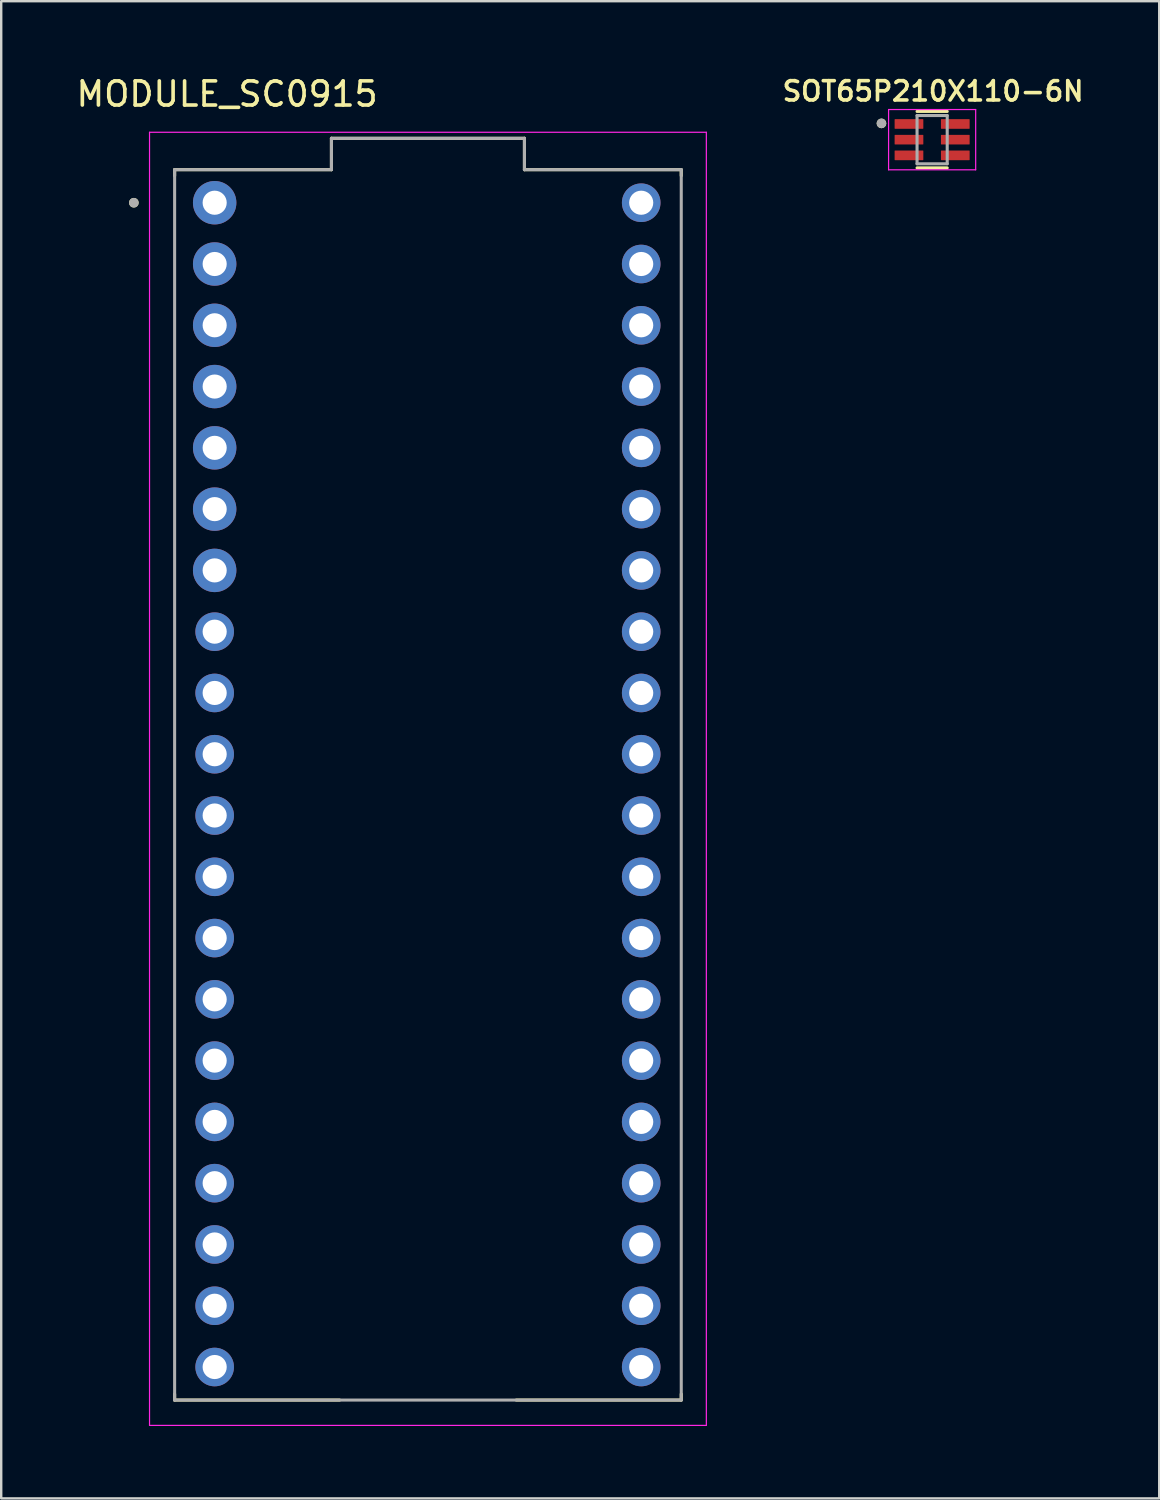
<source format=kicad_pcb>
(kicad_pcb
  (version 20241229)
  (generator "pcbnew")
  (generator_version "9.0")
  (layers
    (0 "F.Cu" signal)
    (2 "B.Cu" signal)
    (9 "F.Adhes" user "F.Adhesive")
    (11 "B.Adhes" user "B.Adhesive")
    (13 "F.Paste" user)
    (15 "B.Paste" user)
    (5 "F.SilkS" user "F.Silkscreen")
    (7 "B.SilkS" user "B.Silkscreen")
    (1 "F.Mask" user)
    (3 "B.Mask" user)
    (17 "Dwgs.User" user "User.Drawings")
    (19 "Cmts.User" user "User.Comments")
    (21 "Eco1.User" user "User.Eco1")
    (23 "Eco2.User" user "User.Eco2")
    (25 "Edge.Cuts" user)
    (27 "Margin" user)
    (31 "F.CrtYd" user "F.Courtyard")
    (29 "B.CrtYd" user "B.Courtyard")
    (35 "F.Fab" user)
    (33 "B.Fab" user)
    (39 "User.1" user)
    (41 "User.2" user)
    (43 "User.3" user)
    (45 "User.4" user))
  (footprint "SOT65P210X110-6N"
    (layer "F.Cu")
    (at 35.587 2.739)
    (property "Reference" "SOT65P210X110-6N" (at 0.04 -2.008 0) (layer "F.SilkS") (effects (font (size 0.8 0.8) (thickness 0.15))))
    (attr through_hole)
    (fp_line (start -0.625 -1.17) (end 0.625 -1.17) (stroke (width 0.127) (type solid)) (layer "F.SilkS"))
    (fp_line (start -0.625 1.17) (end 0.625 1.17) (stroke (width 0.127) (type solid)) (layer "F.SilkS"))
    (fp_circle (center -2.1 -0.675) (end -2 -0.675) (stroke (width 0.2) (type solid)) (fill no) (layer "F.SilkS"))
    (fp_line (start -1.805 -1.25) (end -1.805 1.25) (stroke (width 0.05) (type solid)) (layer "F.CrtYd"))
    (fp_line (start -1.805 1.25) (end 1.805 1.25) (stroke (width 0.05) (type solid)) (layer "F.CrtYd"))
    (fp_line (start 1.805 -1.25) (end -1.805 -1.25) (stroke (width 0.05) (type solid)) (layer "F.CrtYd"))
    (fp_line (start 1.805 1.25) (end 1.805 -1.25) (stroke (width 0.05) (type solid)) (layer "F.CrtYd"))
    (fp_line (start -0.625 -1) (end -0.625 1) (stroke (width 0.127) (type solid)) (layer "F.Fab"))
    (fp_line (start -0.625 1) (end 0.625 1) (stroke (width 0.127) (type solid)) (layer "F.Fab"))
    (fp_line (start 0.625 -1) (end -0.625 -1) (stroke (width 0.127) (type solid)) (layer "F.Fab"))
    (fp_line (start 0.625 1) (end 0.625 -1) (stroke (width 0.127) (type solid)) (layer "F.Fab"))
    (fp_circle (center -2.1 -0.675) (end -2 -0.675) (stroke (width 0.2) (type solid)) (fill no) (layer "F.Fab"))
    (pad "1" smd roundrect (at -0.96 -0.65) (size 1.19 0.4) (layers "F.Cu" "F.Mask" "F.Paste") (roundrect_rratio 0.05))
    (pad "2" smd roundrect (at -0.96 0) (size 1.19 0.4) (layers "F.Cu" "F.Mask" "F.Paste") (roundrect_rratio 0.05))
    (pad "3" smd roundrect (at -0.96 0.65) (size 1.19 0.4) (layers "F.Cu" "F.Mask" "F.Paste") (roundrect_rratio 0.05))
    (pad "4" smd roundrect (at 0.96 0.65) (size 1.19 0.4) (layers "F.Cu" "F.Mask" "F.Paste") (roundrect_rratio 0.05))
    (pad "5" smd roundrect (at 0.96 0) (size 1.19 0.4) (layers "F.Cu" "F.Mask" "F.Paste") (roundrect_rratio 0.05))
    (pad "6" smd roundrect (at 0.96 -0.65) (size 1.19 0.4) (layers "F.Cu" "F.Mask" "F.Paste") (roundrect_rratio 0.05)))
  (footprint "MODULE_SC0915"
    (layer "F.Cu")
    (at 14.688 29.483)
    (property "Reference" "MODULE_SC0915" (at -8.325 -28.635 0) (layer "F.SilkS") (effects (font (size 1 1) (thickness 0.15))))
    (attr through_hole)
    (fp_line (start -10.5 -25.5) (end -4 -25.5) (stroke (width 0.127) (type solid)) (layer "F.SilkS"))
    (fp_line (start -10.5 -25.25) (end -10.5 -25.5) (stroke (width 0.127) (type solid)) (layer "F.SilkS"))
    (fp_line (start -10.5 25.5) (end -10.5 25.25) (stroke (width 0.127) (type solid)) (layer "F.SilkS"))
    (fp_line (start -4 -26.8) (end 4 -26.8) (stroke (width 0.127) (type solid)) (layer "F.SilkS"))
    (fp_line (start -4 -25.5) (end -4 -26.8) (stroke (width 0.127) (type solid)) (layer "F.SilkS"))
    (fp_line (start -3.66 25.5) (end -10.5 25.5) (stroke (width 0.127) (type solid)) (layer "F.SilkS"))
    (fp_line (start 4 -26.8) (end 4 -25.5) (stroke (width 0.127) (type solid)) (layer "F.SilkS"))
    (fp_line (start 4 -25.5) (end 10.5 -25.5) (stroke (width 0.127) (type solid)) (layer "F.SilkS"))
    (fp_line (start 10.5 -25.5) (end 10.5 -25.25) (stroke (width 0.127) (type solid)) (layer "F.SilkS"))
    (fp_line (start 10.5 25.5) (end 3.66 25.5) (stroke (width 0.127) (type solid)) (layer "F.SilkS"))
    (fp_line (start 10.5 25.5) (end 10.5 25.25) (stroke (width 0.127) (type solid)) (layer "F.SilkS"))
    (fp_circle (center -12.19 -24.13) (end -12.09 -24.13) (stroke (width 0.2) (type solid)) (fill no) (layer "F.SilkS"))
    (fp_line (start -11.54 -27.05) (end -11.54 26.55) (stroke (width 0.05) (type solid)) (layer "F.CrtYd"))
    (fp_line (start -11.54 26.55) (end 11.54 26.55) (stroke (width 0.05) (type solid)) (layer "F.CrtYd"))
    (fp_line (start 11.54 -27.05) (end -11.54 -27.05) (stroke (width 0.05) (type solid)) (layer "F.CrtYd"))
    (fp_line (start 11.54 26.55) (end 11.54 -27.05) (stroke (width 0.05) (type solid)) (layer "F.CrtYd"))
    (fp_line (start -10.5 -25.5) (end -4 -25.5) (stroke (width 0.127) (type solid)) (layer "F.Fab"))
    (fp_line (start -10.5 25.5) (end -10.5 -25.5) (stroke (width 0.127) (type solid)) (layer "F.Fab"))
    (fp_line (start -4 -26.8) (end 4 -26.8) (stroke (width 0.127) (type solid)) (layer "F.Fab"))
    (fp_line (start -4 -25.5) (end -4 -26.8) (stroke (width 0.127) (type solid)) (layer "F.Fab"))
    (fp_line (start 4 -26.8) (end 4 -25.5) (stroke (width 0.127) (type solid)) (layer "F.Fab"))
    (fp_line (start 4 -25.5) (end 10.5 -25.5) (stroke (width 0.127) (type solid)) (layer "F.Fab"))
    (fp_line (start 10.5 -25.5) (end 10.5 25.5) (stroke (width 0.127) (type solid)) (layer "F.Fab"))
    (fp_line (start 10.5 25.5) (end -10.5 25.5) (stroke (width 0.127) (type solid)) (layer "F.Fab"))
    (fp_circle (center -12.19 -24.13) (end -12.09 -24.13) (stroke (width 0.2) (type solid)) (fill no) (layer "F.Fab"))
    (pad "1" thru_hole circle (at -8.84 -24.13) (size 1.8 1.8) (drill 1) (layers "*.Cu" "*.Mask"))
    (pad "2" thru_hole circle (at -8.84 -21.59) (size 1.8 1.8) (drill 1) (layers "*.Cu" "*.Mask"))
    (pad "3" thru_hole circle (at -8.84 -19.05) (size 1.8 1.8) (drill 1) (layers "*.Cu" "*.Mask"))
    (pad "4" thru_hole circle (at -8.84 -16.51) (size 1.8 1.8) (drill 1) (layers "*.Cu" "*.Mask"))
    (pad "5" thru_hole circle (at -8.84 -13.97) (size 1.8 1.8) (drill 1) (layers "*.Cu" "*.Mask"))
    (pad "6" thru_hole circle (at -8.84 -11.43) (size 1.8 1.8) (drill 1) (layers "*.Cu" "*.Mask"))
    (pad "7" thru_hole circle (at -8.84 -8.89) (size 1.8 1.8) (drill 1) (layers "*.Cu" "*.Mask"))
    (pad "8" thru_hole circle (at -8.84 -6.35) (size 1.6 1.6) (drill 1) (layers "*.Cu" "*.Mask"))
    (pad "9" thru_hole circle (at -8.84 -3.81) (size 1.6 1.6) (drill 1) (layers "*.Cu" "*.Mask"))
    (pad "10" thru_hole circle (at -8.84 -1.27) (size 1.6 1.6) (drill 1) (layers "*.Cu" "*.Mask"))
    (pad "11" thru_hole circle (at -8.84 1.27) (size 1.6 1.6) (drill 1) (layers "*.Cu" "*.Mask"))
    (pad "12" thru_hole circle (at -8.84 3.81) (size 1.6 1.6) (drill 1) (layers "*.Cu" "*.Mask"))
    (pad "13" thru_hole circle (at -8.84 6.35) (size 1.6 1.6) (drill 1) (layers "*.Cu" "*.Mask"))
    (pad "14" thru_hole circle (at -8.84 8.89) (size 1.6 1.6) (drill 1) (layers "*.Cu" "*.Mask"))
    (pad "15" thru_hole circle (at -8.84 11.43) (size 1.6 1.6) (drill 1) (layers "*.Cu" "*.Mask"))
    (pad "16" thru_hole circle (at -8.84 13.97) (size 1.6 1.6) (drill 1) (layers "*.Cu" "*.Mask"))
    (pad "17" thru_hole circle (at -8.84 16.51) (size 1.6 1.6) (drill 1) (layers "*.Cu" "*.Mask"))
    (pad "18" thru_hole circle (at -8.84 19.05) (size 1.6 1.6) (drill 1) (layers "*.Cu" "*.Mask"))
    (pad "19" thru_hole circle (at -8.84 21.59) (size 1.6 1.6) (drill 1) (layers "*.Cu" "*.Mask"))
    (pad "20" thru_hole circle (at -8.84 24.13) (size 1.6 1.6) (drill 1) (layers "*.Cu" "*.Mask"))
    (pad "21" thru_hole circle (at 8.84 24.13) (size 1.6 1.6) (drill 1) (layers "*.Cu" "*.Mask"))
    (pad "22" thru_hole circle (at 8.84 21.59) (size 1.6 1.6) (drill 1) (layers "*.Cu" "*.Mask"))
    (pad "23" thru_hole circle (at 8.84 19.05) (size 1.6 1.6) (drill 1) (layers "*.Cu" "*.Mask"))
    (pad "24" thru_hole circle (at 8.84 16.51) (size 1.6 1.6) (drill 1) (layers "*.Cu" "*.Mask"))
    (pad "25" thru_hole circle (at 8.84 13.97) (size 1.6 1.6) (drill 1) (layers "*.Cu" "*.Mask"))
    (pad "26" thru_hole circle (at 8.84 11.43) (size 1.6 1.6) (drill 1) (layers "*.Cu" "*.Mask"))
    (pad "27" thru_hole circle (at 8.84 8.89) (size 1.6 1.6) (drill 1) (layers "*.Cu" "*.Mask"))
    (pad "28" thru_hole circle (at 8.84 6.35) (size 1.6 1.6) (drill 1) (layers "*.Cu" "*.Mask"))
    (pad "29" thru_hole circle (at 8.84 3.81) (size 1.6 1.6) (drill 1) (layers "*.Cu" "*.Mask"))
    (pad "30" thru_hole circle (at 8.84 1.27) (size 1.6 1.6) (drill 1) (layers "*.Cu" "*.Mask"))
    (pad "31" thru_hole circle (at 8.84 -1.27) (size 1.6 1.6) (drill 1) (layers "*.Cu" "*.Mask"))
    (pad "32" thru_hole circle (at 8.84 -3.81) (size 1.6 1.6) (drill 1) (layers "*.Cu" "*.Mask"))
    (pad "33" thru_hole circle (at 8.84 -6.35) (size 1.6 1.6) (drill 1) (layers "*.Cu" "*.Mask"))
    (pad "34" thru_hole circle (at 8.84 -8.89) (size 1.6 1.6) (drill 1) (layers "*.Cu" "*.Mask"))
    (pad "35" thru_hole circle (at 8.84 -11.43) (size 1.6 1.6) (drill 1) (layers "*.Cu" "*.Mask"))
    (pad "36" thru_hole circle (at 8.84 -13.97) (size 1.6 1.6) (drill 1) (layers "*.Cu" "*.Mask"))
    (pad "37" thru_hole circle (at 8.84 -16.51) (size 1.6 1.6) (drill 1) (layers "*.Cu" "*.Mask"))
    (pad "38" thru_hole circle (at 8.84 -19.05) (size 1.6 1.6) (drill 1) (layers "*.Cu" "*.Mask"))
    (pad "39" thru_hole circle (at 8.84 -21.59) (size 1.6 1.6) (drill 1) (layers "*.Cu" "*.Mask"))
    (pad "40" thru_hole circle (at 8.84 -24.13) (size 1.6 1.6) (drill 1) (layers "*.Cu" "*.Mask")))
  (gr_rect
    (start -3 -3)
    (end 45 59.058)
    (stroke (width 0.1) (type default))
    (fill no)
    (layer "Edge.Cuts")))
</source>
